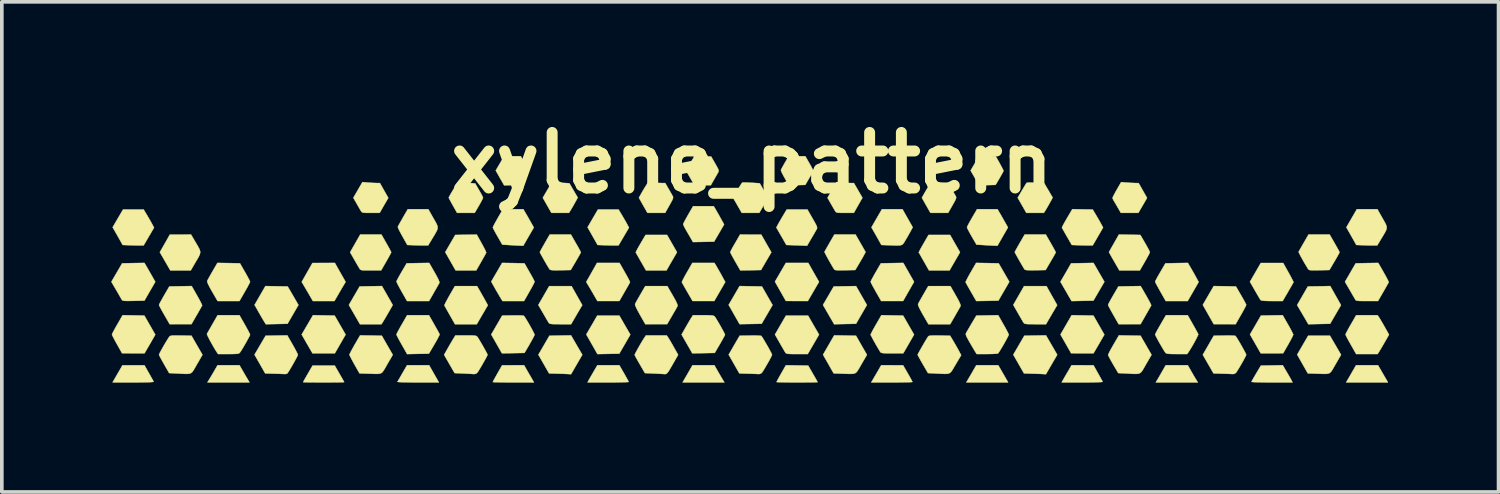
<source format=kicad_pcb>
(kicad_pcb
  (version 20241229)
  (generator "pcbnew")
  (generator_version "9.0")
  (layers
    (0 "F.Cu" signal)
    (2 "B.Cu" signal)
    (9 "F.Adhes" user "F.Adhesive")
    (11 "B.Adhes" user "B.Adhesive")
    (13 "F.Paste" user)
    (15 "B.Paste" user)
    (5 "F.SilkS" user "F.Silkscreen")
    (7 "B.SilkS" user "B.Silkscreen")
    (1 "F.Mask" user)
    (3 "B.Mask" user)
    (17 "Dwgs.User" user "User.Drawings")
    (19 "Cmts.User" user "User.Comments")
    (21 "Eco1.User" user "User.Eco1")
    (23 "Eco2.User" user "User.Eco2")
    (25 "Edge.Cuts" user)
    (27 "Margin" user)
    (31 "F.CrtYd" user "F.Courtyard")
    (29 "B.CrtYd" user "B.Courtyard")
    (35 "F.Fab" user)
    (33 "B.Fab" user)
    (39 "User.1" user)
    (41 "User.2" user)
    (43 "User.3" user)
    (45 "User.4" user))
  (footprint "xylene_pattern"
    (layer "F.Cu")
    (at 17.576 1.418)
    (property "Reference" "xylene_pattern" (at 0 0 0) (layer "F.SilkS") (effects (font (size 1.524 1.524) (thickness 0.3))))
    (attr through_hole)
    (fp_poly (pts (xy -3.486 4.45) (xy -3.335 4.711) (xy -3.486 4.973) (xy -3.638 5.234) (xy -4.237 5.245) (xy -4.543 4.707) (xy -4.242 4.189) (xy -3.636 4.189) (xy -3.486 4.45)) (stroke (width 0.01) (type solid)) (fill yes) (layer "F.SilkS"))
    (fp_poly (pts (xy -0.921 5.741) (xy -0.872 5.824) (xy -0.829 5.899) (xy -0.796 5.954) (xy -0.783 5.976) (xy -0.753 6.022) (xy -1.901 6.022) (xy -1.765 5.787) (xy -1.629 5.551) (xy -1.029 5.551) (xy -0.921 5.741)) (stroke (width 0.01) (type solid)) (fill yes) (layer "F.SilkS"))
    (fp_poly (pts (xy 6.844 5.7) (xy 6.892 5.783) (xy 6.939 5.864) (xy 6.976 5.929) (xy 6.98 5.935) (xy 7.03 6.022) (xy 5.882 6.022) (xy 6.019 5.787) (xy 6.155 5.551) (xy 6.758 5.551) (xy 6.844 5.7)) (stroke (width 0.01) (type solid)) (fill yes) (layer "F.SilkS"))
    (fp_poly (pts (xy 17.313 5.787) (xy 17.449 6.022) (xy 16.301 6.022) (xy 16.351 5.935) (xy 16.387 5.874) (xy 16.433 5.794) (xy 16.481 5.71) (xy 16.487 5.7) (xy 16.573 5.551) (xy 17.176 5.551) (xy 17.313 5.787)) (stroke (width 0.01) (type solid)) (fill yes) (layer "F.SilkS"))
    (fp_poly (pts (xy -11.743 4.183) (xy -11.446 4.189) (xy -11.295 4.45) (xy -11.145 4.711) (xy -11.293 4.967) (xy -11.44 5.223) (xy -12.055 5.223) (xy -12.203 4.966) (xy -12.351 4.709) (xy -12.195 4.443) (xy -12.04 4.178) (xy -11.743 4.183)) (stroke (width 0.01) (type solid)) (fill yes) (layer "F.SilkS"))
    (fp_poly (pts (xy 0.275 3.39) (xy 0.421 3.645) (xy 0.567 3.9) (xy 0.417 4.157) (xy 0.268 4.414) (xy -0.035 4.419) (xy -0.338 4.424) (xy -0.488 4.16) (xy -0.638 3.896) (xy -0.488 3.638) (xy -0.338 3.379) (xy 0.275 3.39)) (stroke (width 0.01) (type solid)) (fill yes) (layer "F.SilkS"))
    (fp_poly (pts (xy 9.369 4.189) (xy 9.519 4.45) (xy 9.669 4.712) (xy 9.521 4.968) (xy 9.372 5.223) (xy 9.065 5.223) (xy 8.757 5.222) (xy 8.611 4.966) (xy 8.465 4.709) (xy 8.618 4.443) (xy 8.772 4.178) (xy 9.369 4.189)) (stroke (width 0.01) (type solid)) (fill yes) (layer "F.SilkS"))
    (fp_poly (pts (xy -13.039 3.385) (xy -12.734 3.39) (xy -12.586 3.644) (xy -12.439 3.898) (xy -12.738 4.414) (xy -13.334 4.426) (xy -13.382 4.348) (xy -13.413 4.297) (xy -13.457 4.222) (xy -13.507 4.135) (xy -13.536 4.084) (xy -13.643 3.896) (xy -13.345 3.379) (xy -13.039 3.385)) (stroke (width 0.01) (type solid)) (fill yes) (layer "F.SilkS"))
    (fp_poly (pts (xy -4.807 4.998) (xy -4.652 5.264) (xy -4.961 5.797) (xy -5.036 5.793) (xy -5.088 5.79) (xy -5.168 5.787) (xy -5.264 5.784) (xy -5.337 5.782) (xy -5.564 5.775) (xy -5.711 5.518) (xy -5.857 5.262) (xy -5.555 4.742) (xy -4.962 4.731) (xy -4.807 4.998)) (stroke (width 0.01) (type solid)) (fill yes) (layer "F.SilkS"))
    (fp_poly (pts (xy -13.964 5.71) (xy -13.916 5.793) (xy -13.87 5.872) (xy -13.834 5.933) (xy -13.827 5.945) (xy -13.782 6.022) (xy -14.937 6.022) (xy -14.908 5.976) (xy -14.885 5.939) (xy -14.848 5.877) (xy -14.802 5.799) (xy -14.768 5.741) (xy -14.658 5.551) (xy -14.056 5.551) (xy -13.964 5.71)) (stroke (width 0.01) (type solid)) (fill yes) (layer "F.SilkS"))
    (fp_poly (pts (xy 12.066 5.741) (xy 12.114 5.824) (xy 12.158 5.899) (xy 12.191 5.954) (xy 12.204 5.976) (xy 12.234 6.022) (xy 11.078 6.022) (xy 11.119 5.956) (xy 11.147 5.908) (xy 11.188 5.837) (xy 11.235 5.755) (xy 11.255 5.72) (xy 11.352 5.551) (xy 11.957 5.551) (xy 12.066 5.741)) (stroke (width 0.01) (type solid)) (fill yes) (layer "F.SilkS"))
    (fp_poly (pts (xy 1.239 2.745) (xy 1.547 2.745) (xy 1.694 3.005) (xy 1.842 3.265) (xy 1.804 3.328) (xy 1.779 3.371) (xy 1.739 3.439) (xy 1.69 3.523) (xy 1.651 3.59) (xy 1.535 3.79) (xy 1.233 3.789) (xy 0.932 3.788) (xy 0.782 3.524) (xy 0.632 3.259) (xy 0.931 2.745) (xy 1.239 2.745)) (stroke (width 0.01) (type solid)) (fill yes) (layer "F.SilkS"))
    (fp_poly (pts (xy 8.222 4.997) (xy 8.376 5.264) (xy 8.221 5.53) (xy 8.066 5.797) (xy 7.992 5.793) (xy 7.94 5.79) (xy 7.86 5.787) (xy 7.763 5.784) (xy 7.691 5.782) (xy 7.464 5.775) (xy 7.317 5.518) (xy 7.17 5.262) (xy 7.473 4.742) (xy 7.77 4.736) (xy 8.067 4.731) (xy 8.222 4.997)) (stroke (width 0.01) (type solid)) (fill yes) (layer "F.SilkS"))
    (fp_poly (pts (xy 9.52 3.003) (xy 9.67 3.262) (xy 9.369 3.779) (xy 9.069 3.785) (xy 8.77 3.791) (xy 8.683 3.642) (xy 8.632 3.553) (xy 8.578 3.46) (xy 8.533 3.382) (xy 8.531 3.377) (xy 8.464 3.262) (xy 8.611 3.009) (xy 8.757 2.755) (xy 9.064 2.75) (xy 9.371 2.744) (xy 9.52 3.003)) (stroke (width 0.01) (type solid)) (fill yes) (layer "F.SilkS"))
    (fp_poly (pts (xy 3.006 3.639) (xy 3.155 3.899) (xy 3.006 4.156) (xy 2.857 4.414) (xy 2.556 4.42) (xy 2.256 4.426) (xy 2.17 4.277) (xy 2.118 4.188) (xy 2.064 4.095) (xy 2.019 4.016) (xy 2.017 4.012) (xy 1.95 3.897) (xy 2.098 3.644) (xy 2.245 3.39) (xy 2.551 3.385) (xy 2.857 3.38) (xy 3.006 3.639)) (stroke (width 0.01) (type solid)) (fill yes) (layer "F.SilkS"))
    (fp_poly (pts (xy -16.603 1.417) (xy -16.552 1.503) (xy -16.5 1.593) (xy -16.46 1.665) (xy -16.4 1.776) (xy -16.685 2.263) (xy -16.777 2.265) (xy -16.839 2.265) (xy -16.927 2.263) (xy -17.025 2.26) (xy -17.065 2.259) (xy -17.261 2.252) (xy -17.398 2.009) (xy -17.536 1.767) (xy -17.394 1.523) (xy -17.251 1.28) (xy -16.685 1.28) (xy -16.603 1.417)) (stroke (width 0.01) (type solid)) (fill yes) (layer "F.SilkS"))
    (fp_poly (pts (xy -11.293 3.005) (xy -11.145 3.265) (xy -11.182 3.328) (xy -11.208 3.371) (xy -11.248 3.439) (xy -11.297 3.523) (xy -11.336 3.59) (xy -11.452 3.79) (xy -12.043 3.79) (xy -12.159 3.59) (xy -12.21 3.502) (xy -12.258 3.422) (xy -12.295 3.358) (xy -12.313 3.328) (xy -12.35 3.265) (xy -12.055 2.746) (xy -11.44 2.745) (xy -11.293 3.005)) (stroke (width 0.01) (type solid)) (fill yes) (layer "F.SilkS"))
    (fp_poly (pts (xy -8.72 5.787) (xy -8.586 6.022) (xy -9.159 6.022) (xy -9.307 6.022) (xy -9.44 6.02) (xy -9.553 6.018) (xy -9.642 6.015) (xy -9.7 6.011) (xy -9.724 6.008) (xy -9.724 6.007) (xy -9.711 5.984) (xy -9.681 5.933) (xy -9.64 5.862) (xy -9.591 5.777) (xy -9.588 5.771) (xy -9.46 5.551) (xy -8.854 5.551) (xy -8.72 5.787)) (stroke (width 0.01) (type solid)) (fill yes) (layer "F.SilkS"))
    (fp_poly (pts (xy -6.568 -0.184) (xy -6.34 -0.183) (xy -6.232 0.009) (xy -6.188 0.089) (xy -6.153 0.156) (xy -6.131 0.202) (xy -6.125 0.218) (xy -6.135 0.242) (xy -6.162 0.293) (xy -6.201 0.362) (xy -6.234 0.42) (xy -6.343 0.604) (xy -6.569 0.61) (xy -6.796 0.616) (xy -6.912 0.413) (xy -7.027 0.21) (xy -6.797 -0.184) (xy -6.568 -0.184)) (stroke (width 0.01) (type solid)) (fill yes) (layer "F.SilkS"))
    (fp_poly (pts (xy -3.575 1.417) (xy -3.524 1.503) (xy -3.472 1.593) (xy -3.432 1.665) (xy -3.372 1.776) (xy -3.658 2.263) (xy -3.749 2.265) (xy -3.811 2.265) (xy -3.899 2.263) (xy -3.998 2.26) (xy -4.037 2.259) (xy -4.233 2.252) (xy -4.371 2.009) (xy -4.508 1.767) (xy -4.366 1.523) (xy -4.224 1.28) (xy -3.657 1.28) (xy -3.575 1.417)) (stroke (width 0.01) (type solid)) (fill yes) (layer "F.SilkS"))
    (fp_poly (pts (xy 5.709 2.452) (xy 5.566 2.701) (xy 5.422 2.95) (xy 4.858 2.95) (xy 4.721 2.709) (xy 4.67 2.62) (xy 4.627 2.544) (xy 4.595 2.489) (xy 4.579 2.46) (xy 4.577 2.458) (xy 4.585 2.438) (xy 4.61 2.389) (xy 4.648 2.318) (xy 4.697 2.233) (xy 4.709 2.212) (xy 4.845 1.977) (xy 5.437 1.977) (xy 5.709 2.452)) (stroke (width 0.01) (type solid)) (fill yes) (layer "F.SilkS"))
    (fp_poly (pts (xy 6.459 -0.184) (xy 6.688 -0.183) (xy 6.796 0.009) (xy 6.839 0.089) (xy 6.875 0.156) (xy 6.897 0.202) (xy 6.903 0.218) (xy 6.893 0.242) (xy 6.866 0.293) (xy 6.827 0.362) (xy 6.794 0.42) (xy 6.685 0.604) (xy 6.459 0.61) (xy 6.232 0.616) (xy 6.116 0.413) (xy 6 0.21) (xy 6.231 -0.184) (xy 6.459 -0.184)) (stroke (width 0.01) (type solid)) (fill yes) (layer "F.SilkS"))
    (fp_poly (pts (xy 16.01 5.003) (xy 16.162 5.264) (xy 16.01 5.526) (xy 15.957 5.619) (xy 15.916 5.689) (xy 15.881 5.737) (xy 15.845 5.767) (xy 15.799 5.783) (xy 15.737 5.789) (xy 15.651 5.788) (xy 15.534 5.784) (xy 15.486 5.782) (xy 15.25 5.775) (xy 14.958 5.26) (xy 15.108 5.001) (xy 15.259 4.742) (xy 15.858 4.742) (xy 16.01 5.003)) (stroke (width 0.01) (type solid)) (fill yes) (layer "F.SilkS"))
    (fp_poly (pts (xy -10 3.639) (xy -9.852 3.899) (xy -9.958 4.085) (xy -10.009 4.172) (xy -10.057 4.255) (xy -10.097 4.322) (xy -10.113 4.348) (xy -10.161 4.425) (xy -10.752 4.425) (xy -10.838 4.276) (xy -10.889 4.187) (xy -10.943 4.094) (xy -10.988 4.017) (xy -10.99 4.013) (xy -11.056 3.898) (xy -10.761 3.39) (xy -10.455 3.384) (xy -10.149 3.379) (xy -10 3.639)) (stroke (width 0.01) (type solid)) (fill yes) (layer "F.SilkS"))
    (fp_poly (pts (xy -2.191 2.214) (xy -2.055 2.451) (xy -2.199 2.7) (xy -2.343 2.95) (xy -2.905 2.95) (xy -3.043 2.709) (xy -3.094 2.62) (xy -3.137 2.544) (xy -3.169 2.488) (xy -3.185 2.459) (xy -3.187 2.457) (xy -3.179 2.436) (xy -3.154 2.387) (xy -3.116 2.317) (xy -3.067 2.232) (xy -3.055 2.211) (xy -2.917 1.977) (xy -2.327 1.977) (xy -2.191 2.214)) (stroke (width 0.01) (type solid)) (fill yes) (layer "F.SilkS"))
    (fp_poly (pts (xy 2.557 4.736) (xy 2.856 4.742) (xy 3.006 5.004) (xy 3.156 5.265) (xy 3.004 5.526) (xy 2.95 5.62) (xy 2.909 5.689) (xy 2.874 5.737) (xy 2.838 5.767) (xy 2.792 5.783) (xy 2.73 5.789) (xy 2.644 5.788) (xy 2.527 5.784) (xy 2.479 5.782) (xy 2.243 5.775) (xy 2.097 5.518) (xy 1.951 5.262) (xy 2.258 4.731) (xy 2.557 4.736)) (stroke (width 0.01) (type solid)) (fill yes) (layer "F.SilkS"))
    (fp_poly (pts (xy -16.964 4.183) (xy -16.666 4.189) (xy -16.516 4.45) (xy -16.366 4.712) (xy -16.513 4.968) (xy -16.661 5.223) (xy -17.278 5.222) (xy -17.416 4.977) (xy -17.467 4.886) (xy -17.509 4.806) (xy -17.539 4.746) (xy -17.554 4.712) (xy -17.555 4.708) (xy -17.545 4.683) (xy -17.518 4.629) (xy -17.478 4.554) (xy -17.428 4.465) (xy -17.408 4.431) (xy -17.262 4.178) (xy -16.964 4.183)) (stroke (width 0.01) (type solid)) (fill yes) (layer "F.SilkS"))
    (fp_poly (pts (xy -7.415 2.205) (xy -7.366 2.295) (xy -7.326 2.372) (xy -7.299 2.43) (xy -7.288 2.46) (xy -7.288 2.463) (xy -7.3 2.487) (xy -7.328 2.539) (xy -7.369 2.612) (xy -7.418 2.699) (xy -7.428 2.716) (xy -7.562 2.95) (xy -8.127 2.95) (xy -8.27 2.699) (xy -8.412 2.449) (xy -8.275 2.213) (xy -8.138 1.977) (xy -7.843 1.972) (xy -7.548 1.967) (xy -7.415 2.205)) (stroke (width 0.01) (type solid)) (fill yes) (layer "F.SilkS"))
    (fp_poly (pts (xy -0.034 1.967) (xy 0.256 1.967) (xy 0.395 2.21) (xy 0.534 2.453) (xy 0.25 2.939) (xy -0.034 2.945) (xy -0.318 2.95) (xy -0.456 2.709) (xy -0.506 2.619) (xy -0.549 2.542) (xy -0.579 2.483) (xy -0.593 2.452) (xy -0.594 2.449) (xy -0.584 2.425) (xy -0.558 2.373) (xy -0.518 2.301) (xy -0.469 2.215) (xy -0.459 2.199) (xy -0.325 1.966) (xy -0.034 1.967)) (stroke (width 0.01) (type solid)) (fill yes) (layer "F.SilkS"))
    (fp_poly (pts (xy 12.973 3.384) (xy 13.278 3.39) (xy 13.419 3.632) (xy 13.471 3.722) (xy 13.514 3.8) (xy 13.545 3.859) (xy 13.56 3.892) (xy 13.56 3.896) (xy 13.551 3.921) (xy 13.524 3.974) (xy 13.484 4.049) (xy 13.435 4.138) (xy 13.415 4.171) (xy 13.27 4.425) (xy 12.97 4.424) (xy 12.669 4.424) (xy 12.369 3.895) (xy 12.519 3.637) (xy 12.669 3.379) (xy 12.973 3.384)) (stroke (width 0.01) (type solid)) (fill yes) (layer "F.SilkS"))
    (fp_poly (pts (xy 14.706 4.432) (xy 14.758 4.524) (xy 14.802 4.606) (xy 14.833 4.669) (xy 14.85 4.706) (xy 14.851 4.711) (xy 14.841 4.738) (xy 14.815 4.793) (xy 14.775 4.868) (xy 14.726 4.957) (xy 14.713 4.98) (xy 14.574 5.222) (xy 14.266 5.223) (xy 13.958 5.223) (xy 13.663 4.707) (xy 13.814 4.448) (xy 13.964 4.189) (xy 14.262 4.183) (xy 14.56 4.178) (xy 14.706 4.432)) (stroke (width 0.01) (type solid)) (fill yes) (layer "F.SilkS"))
    (fp_poly (pts (xy -15.268 2.166) (xy -15.206 2.271) (xy -15.164 2.348) (xy -15.139 2.408) (xy -15.133 2.459) (xy -15.145 2.511) (xy -15.174 2.574) (xy -15.221 2.656) (xy -15.253 2.709) (xy -15.393 2.95) (xy -15.954 2.95) (xy -16.098 2.7) (xy -16.242 2.451) (xy -16.171 2.327) (xy -16.121 2.239) (xy -16.067 2.145) (xy -16.033 2.084) (xy -15.967 1.967) (xy -15.676 1.967) (xy -15.386 1.966) (xy -15.268 2.166)) (stroke (width 0.01) (type solid)) (fill yes) (layer "F.SilkS"))
    (fp_poly (pts (xy -7.459 3.518) (xy -7.408 3.608) (xy -7.353 3.705) (xy -7.311 3.781) (xy -7.243 3.905) (xy -7.547 4.425) (xy -8.145 4.425) (xy -8.287 4.175) (xy -8.339 4.084) (xy -8.383 4.005) (xy -8.416 3.946) (xy -8.434 3.913) (xy -8.436 3.909) (xy -8.428 3.887) (xy -8.404 3.835) (xy -8.365 3.762) (xy -8.316 3.674) (xy -8.295 3.636) (xy -8.147 3.38) (xy -7.54 3.38) (xy -7.459 3.518)) (stroke (width 0.01) (type solid)) (fill yes) (layer "F.SilkS"))
    (fp_poly (pts (xy 6.46 2.749) (xy 6.769 2.755) (xy 6.916 3.009) (xy 7.062 3.262) (xy 6.912 3.521) (xy 6.762 3.779) (xy 6.459 3.785) (xy 6.155 3.79) (xy 6.012 3.541) (xy 5.96 3.45) (xy 5.915 3.371) (xy 5.882 3.311) (xy 5.864 3.278) (xy 5.862 3.274) (xy 5.869 3.251) (xy 5.894 3.2) (xy 5.932 3.127) (xy 5.981 3.038) (xy 6.003 3) (xy 6.151 2.744) (xy 6.46 2.749)) (stroke (width 0.01) (type solid)) (fill yes) (layer "F.SilkS"))
    (fp_poly (pts (xy 15.949 3.528) (xy 15.999 3.617) (xy 16.051 3.709) (xy 16.095 3.786) (xy 16.097 3.79) (xy 16.16 3.903) (xy 16.011 4.158) (xy 15.862 4.414) (xy 15.563 4.42) (xy 15.264 4.426) (xy 15.147 4.225) (xy 15.096 4.138) (xy 15.048 4.057) (xy 15.011 3.994) (xy 14.993 3.963) (xy 14.956 3.901) (xy 15.103 3.646) (xy 15.251 3.39) (xy 15.558 3.385) (xy 15.865 3.379) (xy 15.949 3.528)) (stroke (width 0.01) (type solid)) (fill yes) (layer "F.SilkS"))
    (fp_poly (pts (xy -16.965 5.552) (xy -16.664 5.552) (xy -16.541 5.768) (xy -16.493 5.853) (xy -16.452 5.926) (xy -16.423 5.978) (xy -16.411 6.003) (xy -16.411 6.003) (xy -16.429 6.009) (xy -16.485 6.014) (xy -16.575 6.018) (xy -16.698 6.02) (xy -16.85 6.022) (xy -16.971 6.022) (xy -17.538 6.022) (xy -17.488 5.935) (xy -17.453 5.874) (xy -17.407 5.794) (xy -17.358 5.71) (xy -17.352 5.7) (xy -17.266 5.551) (xy -16.965 5.552)) (stroke (width 0.01) (type solid)) (fill yes) (layer "F.SilkS"))
    (fp_poly (pts (xy -16.514 3.003) (xy -16.366 3.263) (xy -16.664 3.779) (xy -16.965 3.785) (xy -17.082 3.787) (xy -17.165 3.787) (xy -17.22 3.784) (xy -17.254 3.778) (xy -17.274 3.768) (xy -17.286 3.754) (xy -17.288 3.748) (xy -17.307 3.715) (xy -17.342 3.655) (xy -17.387 3.576) (xy -17.439 3.487) (xy -17.441 3.484) (xy -17.571 3.262) (xy -17.423 3.009) (xy -17.276 2.755) (xy -16.969 2.749) (xy -16.663 2.744) (xy -16.514 3.003)) (stroke (width 0.01) (type solid)) (fill yes) (layer "F.SilkS"))
    (fp_poly (pts (xy -5.328 0.542) (xy -5.242 0.545) (xy -5.007 0.559) (xy -4.892 0.756) (xy -4.777 0.953) (xy -4.85 1.086) (xy -4.894 1.165) (xy -4.938 1.241) (xy -4.971 1.296) (xy -5.019 1.372) (xy -5.259 1.372) (xy -5.5 1.371) (xy -5.618 1.164) (xy -5.736 0.957) (xy -5.621 0.76) (xy -5.574 0.68) (xy -5.533 0.612) (xy -5.504 0.565) (xy -5.492 0.548) (xy -5.466 0.543) (xy -5.409 0.54) (xy -5.328 0.542)) (stroke (width 0.01) (type solid)) (fill yes) (layer "F.SilkS"))
    (fp_poly (pts (xy 1.691 4.45) (xy 1.842 4.711) (xy 1.687 4.978) (xy 1.532 5.244) (xy 1.238 5.244) (xy 1.122 5.244) (xy 1.041 5.242) (xy 0.986 5.238) (xy 0.952 5.231) (xy 0.932 5.22) (xy 0.918 5.204) (xy 0.914 5.198) (xy 0.893 5.162) (xy 0.857 5.1) (xy 0.81 5.02) (xy 0.759 4.93) (xy 0.759 4.93) (xy 0.632 4.709) (xy 0.783 4.449) (xy 0.934 4.189) (xy 1.541 4.189) (xy 1.691 4.45)) (stroke (width 0.01) (type solid)) (fill yes) (layer "F.SilkS"))
    (fp_poly (pts (xy 7.699 0.542) (xy 7.786 0.545) (xy 8.02 0.559) (xy 8.136 0.756) (xy 8.251 0.953) (xy 8.178 1.086) (xy 8.134 1.165) (xy 8.09 1.241) (xy 8.057 1.296) (xy 8.009 1.372) (xy 7.768 1.372) (xy 7.528 1.371) (xy 7.41 1.164) (xy 7.291 0.957) (xy 7.406 0.76) (xy 7.454 0.68) (xy 7.495 0.612) (xy 7.524 0.565) (xy 7.536 0.548) (xy 7.561 0.543) (xy 7.619 0.54) (xy 7.699 0.542)) (stroke (width 0.01) (type solid)) (fill yes) (layer "F.SilkS"))
    (fp_poly (pts (xy -6.546 2.749) (xy -6.239 2.755) (xy -6.1 2.998) (xy -6.049 3.088) (xy -6.006 3.166) (xy -5.976 3.225) (xy -5.962 3.258) (xy -5.961 3.262) (xy -5.971 3.286) (xy -5.997 3.339) (xy -6.037 3.414) (xy -6.087 3.502) (xy -6.106 3.536) (xy -6.251 3.79) (xy -6.841 3.79) (xy -6.889 3.713) (xy -6.92 3.662) (xy -6.963 3.587) (xy -7.014 3.5) (xy -7.044 3.447) (xy -7.151 3.258) (xy -6.852 2.744) (xy -6.546 2.749)) (stroke (width 0.01) (type solid)) (fill yes) (layer "F.SilkS"))
    (fp_poly (pts (xy -6.164 5.7) (xy -6.116 5.783) (xy -6.068 5.864) (xy -6.031 5.929) (xy -6.028 5.935) (xy -5.977 6.022) (xy -6.543 6.022) (xy -6.69 6.022) (xy -6.823 6.021) (xy -6.937 6.019) (xy -7.025 6.017) (xy -7.084 6.015) (xy -7.108 6.012) (xy -7.108 6.012) (xy -7.098 5.991) (xy -7.072 5.941) (xy -7.033 5.871) (xy -6.986 5.786) (xy -6.98 5.776) (xy -6.852 5.552) (xy -6.551 5.551) (xy -6.249 5.551) (xy -6.164 5.7)) (stroke (width 0.01) (type solid)) (fill yes) (layer "F.SilkS"))
    (fp_poly (pts (xy -3.937 5.551) (xy -3.636 5.551) (xy -3.508 5.773) (xy -3.459 5.859) (xy -3.419 5.931) (xy -3.391 5.983) (xy -3.38 6.008) (xy -3.38 6.009) (xy -3.399 6.012) (xy -3.455 6.015) (xy -3.541 6.018) (xy -3.652 6.02) (xy -3.783 6.022) (xy -3.929 6.022) (xy -3.944 6.022) (xy -4.508 6.022) (xy -4.475 5.959) (xy -4.45 5.913) (xy -4.41 5.844) (xy -4.363 5.763) (xy -4.34 5.723) (xy -4.239 5.551) (xy -3.937 5.551)) (stroke (width 0.01) (type solid)) (fill yes) (layer "F.SilkS"))
    (fp_poly (pts (xy -0.945 2.883) (xy -0.894 2.972) (xy -0.839 3.069) (xy -0.798 3.145) (xy -0.73 3.268) (xy -0.881 3.529) (xy -1.032 3.79) (xy -1.33 3.789) (xy -1.628 3.789) (xy -1.772 3.54) (xy -1.824 3.449) (xy -1.869 3.37) (xy -1.902 3.311) (xy -1.92 3.278) (xy -1.922 3.274) (xy -1.915 3.251) (xy -1.89 3.2) (xy -1.852 3.127) (xy -1.803 3.038) (xy -1.781 3.001) (xy -1.634 2.745) (xy -1.026 2.745) (xy -0.945 2.883)) (stroke (width 0.01) (type solid)) (fill yes) (layer "F.SilkS"))
    (fp_poly (pts (xy 3.848 5.551) (xy 4.148 5.552) (xy 4.276 5.774) (xy 4.325 5.86) (xy 4.365 5.932) (xy 4.393 5.984) (xy 4.404 6.009) (xy 4.404 6.009) (xy 4.384 6.013) (xy 4.329 6.016) (xy 4.243 6.018) (xy 4.132 6.02) (xy 4.001 6.022) (xy 3.855 6.022) (xy 3.839 6.022) (xy 3.273 6.022) (xy 3.319 5.945) (xy 3.35 5.891) (xy 3.394 5.816) (xy 3.442 5.733) (xy 3.456 5.71) (xy 3.547 5.551) (xy 3.848 5.551)) (stroke (width 0.01) (type solid)) (fill yes) (layer "F.SilkS"))
    (fp_poly (pts (xy 4.412 1.767) (xy 4.351 1.879) (xy 4.309 1.955) (xy 4.257 2.046) (xy 4.209 2.127) (xy 4.179 2.178) (xy 4.153 2.216) (xy 4.127 2.241) (xy 4.092 2.257) (xy 4.043 2.265) (xy 3.972 2.266) (xy 3.873 2.264) (xy 3.748 2.259) (xy 3.552 2.252) (xy 3.487 2.135) (xy 3.44 2.051) (xy 3.386 1.956) (xy 3.35 1.893) (xy 3.279 1.769) (xy 3.423 1.519) (xy 3.567 1.27) (xy 4.13 1.27) (xy 4.412 1.767)) (stroke (width 0.01) (type solid)) (fill yes) (layer "F.SilkS"))
    (fp_poly (pts (xy 9.07 5.551) (xy 9.371 5.552) (xy 9.494 5.771) (xy 9.542 5.856) (xy 9.582 5.929) (xy 9.611 5.981) (xy 9.624 6.006) (xy 9.624 6.006) (xy 9.606 6.01) (xy 9.553 6.014) (xy 9.468 6.017) (xy 9.358 6.02) (xy 9.228 6.022) (xy 9.082 6.022) (xy 9.065 6.022) (xy 8.499 6.022) (xy 8.523 5.976) (xy 8.544 5.94) (xy 8.579 5.877) (xy 8.624 5.8) (xy 8.659 5.741) (xy 8.769 5.551) (xy 9.07 5.551)) (stroke (width 0.01) (type solid)) (fill yes) (layer "F.SilkS"))
    (fp_poly (pts (xy 10.281 0.54) (xy 10.371 0.547) (xy 10.458 0.551) (xy 10.52 0.553) (xy 10.608 0.553) (xy 10.724 0.757) (xy 10.84 0.962) (xy 10.721 1.167) (xy 10.601 1.372) (xy 10.121 1.372) (xy 10.036 1.224) (xy 9.992 1.149) (xy 9.953 1.082) (xy 9.926 1.037) (xy 9.922 1.03) (xy 9.9 0.987) (xy 9.894 0.96) (xy 9.903 0.934) (xy 9.93 0.88) (xy 9.969 0.807) (xy 10.011 0.732) (xy 10.129 0.528) (xy 10.281 0.54)) (stroke (width 0.01) (type solid)) (fill yes) (layer "F.SilkS"))
    (fp_poly (pts (xy 10.362 1.971) (xy 10.656 1.977) (xy 10.787 2.202) (xy 10.836 2.289) (xy 10.877 2.364) (xy 10.905 2.42) (xy 10.917 2.449) (xy 10.917 2.45) (xy 10.908 2.475) (xy 10.881 2.528) (xy 10.841 2.602) (xy 10.792 2.69) (xy 10.78 2.711) (xy 10.642 2.95) (xy 10.08 2.95) (xy 10 2.811) (xy 9.95 2.724) (xy 9.897 2.633) (xy 9.856 2.56) (xy 9.794 2.448) (xy 9.931 2.207) (xy 10.068 1.966) (xy 10.362 1.971)) (stroke (width 0.01) (type solid)) (fill yes) (layer "F.SilkS"))
    (fp_poly (pts (xy 12.041 2.883) (xy 12.093 2.972) (xy 12.147 3.068) (xy 12.189 3.145) (xy 12.256 3.268) (xy 12.106 3.529) (xy 11.955 3.79) (xy 11.353 3.79) (xy 11.207 3.534) (xy 11.155 3.441) (xy 11.111 3.36) (xy 11.079 3.299) (xy 11.063 3.263) (xy 11.061 3.258) (xy 11.071 3.234) (xy 11.098 3.182) (xy 11.138 3.109) (xy 11.188 3.022) (xy 11.203 2.997) (xy 11.344 2.755) (xy 11.652 2.749) (xy 11.96 2.744) (xy 12.041 2.883)) (stroke (width 0.01) (type solid)) (fill yes) (layer "F.SilkS"))
    (fp_poly (pts (xy 14.664 5.723) (xy 14.712 5.805) (xy 14.756 5.881) (xy 14.789 5.94) (xy 14.799 5.959) (xy 14.831 6.022) (xy 14.268 6.022) (xy 14.12 6.022) (xy 13.988 6.02) (xy 13.875 6.018) (xy 13.786 6.015) (xy 13.728 6.011) (xy 13.705 6.007) (xy 13.705 6.007) (xy 13.715 5.984) (xy 13.742 5.934) (xy 13.783 5.863) (xy 13.832 5.78) (xy 13.834 5.776) (xy 13.962 5.561) (xy 14.262 5.556) (xy 14.562 5.55) (xy 14.664 5.723)) (stroke (width 0.01) (type solid)) (fill yes) (layer "F.SilkS"))
    (fp_poly (pts (xy -10.532 0.54) (xy -10.442 0.547) (xy -10.355 0.551) (xy -10.292 0.553) (xy -10.205 0.553) (xy -10.09 0.757) (xy -9.974 0.961) (xy -10.093 1.166) (xy -10.211 1.372) (xy -10.451 1.372) (xy -10.554 1.372) (xy -10.624 1.37) (xy -10.669 1.364) (xy -10.695 1.354) (xy -10.712 1.339) (xy -10.72 1.326) (xy -10.744 1.288) (xy -10.78 1.225) (xy -10.824 1.149) (xy -10.841 1.119) (xy -10.933 0.958) (xy -10.809 0.743) (xy -10.684 0.527) (xy -10.532 0.54)) (stroke (width 0.01) (type solid)) (fill yes) (layer "F.SilkS"))
    (fp_poly (pts (xy -0.101 0.541) (xy -0.017 0.545) (xy 0.216 0.559) (xy 0.323 0.749) (xy 0.367 0.829) (xy 0.402 0.897) (xy 0.425 0.945) (xy 0.43 0.962) (xy 0.42 0.988) (xy 0.394 1.041) (xy 0.354 1.113) (xy 0.316 1.179) (xy 0.202 1.372) (xy -0.278 1.372) (xy -0.396 1.166) (xy -0.515 0.96) (xy -0.398 0.756) (xy -0.351 0.674) (xy -0.31 0.606) (xy -0.279 0.56) (xy -0.266 0.542) (xy -0.24 0.539) (xy -0.182 0.539) (xy -0.101 0.541)) (stroke (width 0.01) (type solid)) (fill yes) (layer "F.SilkS"))
    (fp_poly (pts (xy 1.237 -0.184) (xy 1.465 -0.184) (xy 1.572 0.002) (xy 1.617 0.081) (xy 1.652 0.149) (xy 1.675 0.196) (xy 1.68 0.212) (xy 1.67 0.239) (xy 1.643 0.293) (xy 1.604 0.365) (xy 1.572 0.421) (xy 1.464 0.604) (xy 1.012 0.616) (xy 0.901 0.418) (xy 0.856 0.336) (xy 0.821 0.266) (xy 0.8 0.217) (xy 0.795 0.197) (xy 0.808 0.17) (xy 0.836 0.117) (xy 0.876 0.046) (xy 0.905 -0.005) (xy 1.009 -0.184) (xy 1.237 -0.184)) (stroke (width 0.01) (type solid)) (fill yes) (layer "F.SilkS"))
    (fp_poly (pts (xy 2.475 0.54) (xy 2.564 0.547) (xy 2.65 0.551) (xy 2.713 0.553) (xy 2.798 0.553) (xy 2.915 0.755) (xy 3.032 0.957) (xy 2.914 1.165) (xy 2.796 1.372) (xy 2.556 1.372) (xy 2.453 1.372) (xy 2.383 1.37) (xy 2.339 1.364) (xy 2.312 1.354) (xy 2.295 1.339) (xy 2.287 1.326) (xy 2.264 1.288) (xy 2.227 1.225) (xy 2.183 1.149) (xy 2.166 1.119) (xy 2.074 0.958) (xy 2.198 0.743) (xy 2.321 0.527) (xy 2.475 0.54)) (stroke (width 0.01) (type solid)) (fill yes) (layer "F.SilkS"))
    (fp_poly (pts (xy -0.966 1.326) (xy -0.916 1.413) (xy -0.864 1.505) (xy -0.824 1.577) (xy -0.762 1.69) (xy -0.899 1.925) (xy -1.037 2.161) (xy -1.327 2.167) (xy -1.616 2.172) (xy -1.702 2.023) (xy -1.75 1.941) (xy -1.796 1.861) (xy -1.832 1.798) (xy -1.836 1.791) (xy -1.865 1.736) (xy -1.882 1.693) (xy -1.885 1.682) (xy -1.875 1.656) (xy -1.848 1.602) (xy -1.808 1.528) (xy -1.759 1.44) (xy -1.749 1.423) (xy -1.613 1.188) (xy -1.046 1.188) (xy -0.966 1.326)) (stroke (width 0.01) (type solid)) (fill yes) (layer "F.SilkS"))
    (fp_poly (pts (xy 4.301 3.004) (xy 4.449 3.264) (xy 4.406 3.337) (xy 4.378 3.387) (xy 4.336 3.46) (xy 4.287 3.546) (xy 4.256 3.6) (xy 4.148 3.789) (xy 3.847 3.789) (xy 3.547 3.79) (xy 3.402 3.536) (xy 3.35 3.444) (xy 3.306 3.363) (xy 3.274 3.302) (xy 3.258 3.266) (xy 3.257 3.261) (xy 3.267 3.236) (xy 3.294 3.183) (xy 3.334 3.109) (xy 3.384 3.021) (xy 3.398 2.997) (xy 3.538 2.755) (xy 3.845 2.749) (xy 4.153 2.744) (xy 4.301 3.004)) (stroke (width 0.01) (type solid)) (fill yes) (layer "F.SilkS"))
    (fp_poly (pts (xy 8.228 3.642) (xy 8.375 3.902) (xy 8.338 3.964) (xy 8.313 4.007) (xy 8.273 4.075) (xy 8.224 4.158) (xy 8.185 4.225) (xy 8.068 4.425) (xy 7.773 4.425) (xy 7.657 4.424) (xy 7.575 4.423) (xy 7.521 4.419) (xy 7.487 4.412) (xy 7.467 4.401) (xy 7.453 4.385) (xy 7.449 4.378) (xy 7.427 4.343) (xy 7.391 4.281) (xy 7.345 4.201) (xy 7.295 4.114) (xy 7.17 3.896) (xy 7.466 3.381) (xy 7.774 3.381) (xy 8.081 3.381) (xy 8.228 3.642)) (stroke (width 0.01) (type solid)) (fill yes) (layer "F.SilkS"))
    (fp_poly (pts (xy 17.297 1.516) (xy 17.352 1.612) (xy 17.39 1.683) (xy 17.411 1.739) (xy 17.415 1.789) (xy 17.401 1.842) (xy 17.369 1.906) (xy 17.319 1.992) (xy 17.272 2.069) (xy 17.155 2.263) (xy 17.063 2.265) (xy 17 2.265) (xy 16.912 2.263) (xy 16.814 2.26) (xy 16.776 2.259) (xy 16.58 2.252) (xy 16.515 2.135) (xy 16.467 2.051) (xy 16.414 1.956) (xy 16.378 1.893) (xy 16.307 1.769) (xy 16.451 1.519) (xy 16.595 1.27) (xy 17.158 1.27) (xy 17.297 1.516)) (stroke (width 0.01) (type solid)) (fill yes) (layer "F.SilkS"))
    (fp_poly (pts (xy -4.8 3.642) (xy -4.653 3.902) (xy -4.69 3.964) (xy -4.715 4.007) (xy -4.755 4.075) (xy -4.804 4.158) (xy -4.843 4.225) (xy -4.959 4.425) (xy -5.255 4.425) (xy -5.371 4.424) (xy -5.452 4.423) (xy -5.507 4.419) (xy -5.541 4.412) (xy -5.561 4.401) (xy -5.575 4.385) (xy -5.579 4.378) (xy -5.6 4.343) (xy -5.637 4.281) (xy -5.683 4.201) (xy -5.733 4.115) (xy -5.859 3.898) (xy -5.71 3.64) (xy -5.561 3.381) (xy -5.254 3.381) (xy -4.947 3.381) (xy -4.8 3.642)) (stroke (width 0.01) (type solid)) (fill yes) (layer "F.SilkS"))
    (fp_poly (pts (xy -2.707 0.54) (xy -2.618 0.547) (xy -2.529 0.552) (xy -2.474 0.553) (xy -2.378 0.553) (xy -2.292 0.702) (xy -2.248 0.778) (xy -2.208 0.847) (xy -2.18 0.897) (xy -2.176 0.904) (xy -2.164 0.928) (xy -2.161 0.953) (xy -2.169 0.986) (xy -2.19 1.033) (xy -2.229 1.104) (xy -2.263 1.165) (xy -2.38 1.372) (xy -2.865 1.372) (xy -2.983 1.165) (xy -3.1 0.957) (xy -3.042 0.853) (xy -2.997 0.773) (xy -2.944 0.685) (xy -2.914 0.637) (xy -2.844 0.527) (xy -2.707 0.54)) (stroke (width 0.01) (type solid)) (fill yes) (layer "F.SilkS"))
    (fp_poly (pts (xy 4.148 4.189) (xy 4.449 4.711) (xy 4.301 4.967) (xy 4.153 5.223) (xy 3.849 5.223) (xy 3.731 5.223) (xy 3.648 5.222) (xy 3.592 5.218) (xy 3.557 5.212) (xy 3.535 5.201) (xy 3.521 5.186) (xy 3.516 5.177) (xy 3.467 5.096) (xy 3.414 5.006) (xy 3.363 4.917) (xy 3.318 4.835) (xy 3.283 4.768) (xy 3.261 4.724) (xy 3.257 4.711) (xy 3.267 4.686) (xy 3.294 4.633) (xy 3.334 4.558) (xy 3.384 4.469) (xy 3.405 4.433) (xy 3.552 4.178) (xy 4.148 4.189)) (stroke (width 0.01) (type solid)) (fill yes) (layer "F.SilkS"))
    (fp_poly (pts (xy 5.056 0.54) (xy 5.145 0.547) (xy 5.235 0.552) (xy 5.289 0.553) (xy 5.385 0.553) (xy 5.471 0.702) (xy 5.515 0.778) (xy 5.555 0.848) (xy 5.584 0.897) (xy 5.588 0.904) (xy 5.6 0.929) (xy 5.604 0.954) (xy 5.596 0.986) (xy 5.575 1.033) (xy 5.537 1.102) (xy 5.501 1.166) (xy 5.383 1.372) (xy 4.898 1.372) (xy 4.78 1.165) (xy 4.663 0.957) (xy 4.721 0.853) (xy 4.767 0.773) (xy 4.82 0.685) (xy 4.849 0.637) (xy 4.919 0.527) (xy 5.056 0.54)) (stroke (width 0.01) (type solid)) (fill yes) (layer "F.SilkS"))
    (fp_poly (pts (xy 5.593 3.637) (xy 5.655 3.748) (xy 5.696 3.829) (xy 5.719 3.884) (xy 5.725 3.919) (xy 5.723 3.931) (xy 5.706 3.962) (xy 5.673 4.02) (xy 5.629 4.097) (xy 5.578 4.186) (xy 5.573 4.196) (xy 5.44 4.425) (xy 4.842 4.425) (xy 4.693 4.167) (xy 4.628 4.051) (xy 4.583 3.961) (xy 4.56 3.901) (xy 4.557 3.875) (xy 4.572 3.845) (xy 4.603 3.788) (xy 4.647 3.711) (xy 4.697 3.622) (xy 4.704 3.611) (xy 4.838 3.38) (xy 5.446 3.38) (xy 5.593 3.637)) (stroke (width 0.01) (type solid)) (fill yes) (layer "F.SilkS"))
    (fp_poly (pts (xy -14.353 2.749) (xy -14.044 2.755) (xy -13.904 2.998) (xy -13.853 3.088) (xy -13.811 3.166) (xy -13.78 3.226) (xy -13.766 3.259) (xy -13.765 3.262) (xy -13.775 3.286) (xy -13.802 3.339) (xy -13.842 3.414) (xy -13.892 3.503) (xy -13.911 3.536) (xy -14.057 3.79) (xy -14.657 3.79) (xy -14.807 3.532) (xy -14.872 3.415) (xy -14.917 3.326) (xy -14.941 3.266) (xy -14.943 3.24) (xy -14.928 3.21) (xy -14.897 3.153) (xy -14.854 3.076) (xy -14.803 2.987) (xy -14.796 2.975) (xy -14.662 2.744) (xy -14.353 2.749)) (stroke (width 0.01) (type solid)) (fill yes) (layer "F.SilkS"))
    (fp_poly (pts (xy -12.599 4.985) (xy -12.547 5.077) (xy -12.503 5.159) (xy -12.472 5.222) (xy -12.455 5.259) (xy -12.454 5.264) (xy -12.464 5.291) (xy -12.491 5.345) (xy -12.53 5.417) (xy -12.576 5.5) (xy -12.625 5.585) (xy -12.671 5.664) (xy -12.711 5.728) (xy -12.74 5.77) (xy -12.75 5.781) (xy -12.785 5.791) (xy -12.833 5.792) (xy -12.879 5.79) (xy -12.954 5.787) (xy -13.047 5.784) (xy -13.123 5.782) (xy -13.351 5.775) (xy -13.644 5.261) (xy -13.492 5.001) (xy -13.34 4.742) (xy -12.745 4.731) (xy -12.599 4.985)) (stroke (width 0.01) (type solid)) (fill yes) (layer "F.SilkS"))
    (fp_poly (pts (xy -6.368 4.184) (xy -6.299 4.188) (xy -6.261 4.192) (xy -6.257 4.194) (xy -6.237 4.219) (xy -6.203 4.271) (xy -6.16 4.342) (xy -6.112 4.424) (xy -6.063 4.51) (xy -6.02 4.59) (xy -5.986 4.656) (xy -5.965 4.701) (xy -5.962 4.714) (xy -5.972 4.741) (xy -5.999 4.796) (xy -6.04 4.871) (xy -6.09 4.959) (xy -6.1 4.978) (xy -6.238 5.213) (xy -6.547 5.219) (xy -6.857 5.224) (xy -7.004 4.966) (xy -7.151 4.708) (xy -6.85 4.189) (xy -6.564 4.184) (xy -6.459 4.183) (xy -6.368 4.184)) (stroke (width 0.01) (type solid)) (fill yes) (layer "F.SilkS"))
    (fp_poly (pts (xy -3.484 3.003) (xy -3.432 3.095) (xy -3.389 3.175) (xy -3.358 3.235) (xy -3.344 3.27) (xy -3.343 3.275) (xy -3.355 3.297) (xy -3.383 3.347) (xy -3.424 3.42) (xy -3.474 3.507) (xy -3.493 3.539) (xy -3.636 3.789) (xy -3.937 3.789) (xy -4.238 3.79) (xy -4.324 3.641) (xy -4.375 3.553) (xy -4.429 3.46) (xy -4.475 3.384) (xy -4.477 3.38) (xy -4.545 3.267) (xy -4.475 3.144) (xy -4.427 3.06) (xy -4.372 2.962) (xy -4.327 2.883) (xy -4.25 2.745) (xy -3.631 2.745) (xy -3.484 3.003)) (stroke (width 0.01) (type solid)) (fill yes) (layer "F.SilkS"))
    (fp_poly (pts (xy -2.171 3.637) (xy -2.109 3.747) (xy -2.068 3.827) (xy -2.045 3.882) (xy -2.038 3.918) (xy -2.041 3.931) (xy -2.058 3.962) (xy -2.09 4.02) (xy -2.135 4.098) (xy -2.186 4.186) (xy -2.192 4.196) (xy -2.325 4.424) (xy -2.625 4.424) (xy -2.924 4.425) (xy -3.071 4.166) (xy -3.133 4.054) (xy -3.177 3.965) (xy -3.202 3.904) (xy -3.206 3.875) (xy -3.191 3.845) (xy -3.16 3.788) (xy -3.117 3.711) (xy -3.066 3.623) (xy -3.059 3.611) (xy -2.925 3.38) (xy -2.32 3.38) (xy -2.171 3.637)) (stroke (width 0.01) (type solid)) (fill yes) (layer "F.SilkS"))
    (fp_poly (pts (xy 10.662 4.742) (xy 10.812 5.003) (xy 10.963 5.265) (xy 10.811 5.526) (xy 10.757 5.621) (xy 10.716 5.691) (xy 10.68 5.739) (xy 10.642 5.769) (xy 10.595 5.785) (xy 10.53 5.789) (xy 10.442 5.787) (xy 10.322 5.78) (xy 10.284 5.778) (xy 10.05 5.766) (xy 9.911 5.531) (xy 9.86 5.441) (xy 9.817 5.363) (xy 9.786 5.304) (xy 9.772 5.271) (xy 9.772 5.268) (xy 9.781 5.242) (xy 9.808 5.187) (xy 9.848 5.111) (xy 9.899 5.022) (xy 9.919 4.986) (xy 10.068 4.731) (xy 10.662 4.742)) (stroke (width 0.01) (type solid)) (fill yes) (layer "F.SilkS"))
    (fp_poly (pts (xy 17.202 4.235) (xy 17.228 4.275) (xy 17.267 4.342) (xy 17.316 4.425) (xy 17.359 4.501) (xy 17.477 4.712) (xy 17.37 4.901) (xy 17.319 4.989) (xy 17.27 5.073) (xy 17.23 5.139) (xy 17.213 5.167) (xy 17.165 5.244) (xy 16.576 5.244) (xy 16.431 4.988) (xy 16.378 4.895) (xy 16.334 4.814) (xy 16.302 4.751) (xy 16.286 4.714) (xy 16.285 4.708) (xy 16.294 4.683) (xy 16.321 4.629) (xy 16.361 4.554) (xy 16.411 4.465) (xy 16.431 4.432) (xy 16.576 4.179) (xy 17.163 4.179) (xy 17.202 4.235)) (stroke (width 0.01) (type solid)) (fill yes) (layer "F.SilkS"))
    (fp_poly (pts (xy -11.314 5.784) (xy -11.265 5.869) (xy -11.224 5.941) (xy -11.196 5.991) (xy -11.184 6.014) (xy -11.184 6.015) (xy -11.204 6.017) (xy -11.259 6.018) (xy -11.345 6.02) (xy -11.456 6.021) (xy -11.587 6.022) (xy -11.733 6.022) (xy -11.748 6.022) (xy -11.895 6.022) (xy -12.027 6.021) (xy -12.141 6.02) (xy -12.229 6.019) (xy -12.287 6.017) (xy -12.311 6.015) (xy -12.311 6.015) (xy -12.301 5.995) (xy -12.275 5.947) (xy -12.235 5.878) (xy -12.187 5.794) (xy -12.181 5.784) (xy -12.052 5.561) (xy -11.443 5.561) (xy -11.314 5.784)) (stroke (width 0.01) (type solid)) (fill yes) (layer "F.SilkS"))
    (fp_poly (pts (xy -10.45 4.736) (xy -10.152 4.742) (xy -10.002 5.004) (xy -9.851 5.265) (xy -10.003 5.526) (xy -10.056 5.62) (xy -10.097 5.689) (xy -10.132 5.737) (xy -10.168 5.767) (xy -10.214 5.783) (xy -10.276 5.789) (xy -10.362 5.788) (xy -10.479 5.783) (xy -10.529 5.782) (xy -10.764 5.774) (xy -10.903 5.53) (xy -10.953 5.439) (xy -10.995 5.359) (xy -11.026 5.299) (xy -11.04 5.265) (xy -11.041 5.261) (xy -11.031 5.236) (xy -11.004 5.182) (xy -10.964 5.108) (xy -10.914 5.018) (xy -10.895 4.984) (xy -10.748 4.731) (xy -10.45 4.736)) (stroke (width 0.01) (type solid)) (fill yes) (layer "F.SilkS"))
    (fp_poly (pts (xy -8.705 3.002) (xy -8.643 3.113) (xy -8.602 3.193) (xy -8.579 3.249) (xy -8.572 3.284) (xy -8.575 3.296) (xy -8.592 3.327) (xy -8.625 3.385) (xy -8.669 3.462) (xy -8.72 3.551) (xy -8.725 3.561) (xy -8.857 3.79) (xy -9.46 3.79) (xy -9.605 3.536) (xy -9.657 3.443) (xy -9.701 3.361) (xy -9.732 3.298) (xy -9.748 3.26) (xy -9.749 3.254) (xy -9.739 3.227) (xy -9.711 3.172) (xy -9.67 3.097) (xy -9.62 3.009) (xy -9.609 2.991) (xy -9.471 2.755) (xy -9.162 2.749) (xy -8.853 2.744) (xy -8.705 3.002)) (stroke (width 0.01) (type solid)) (fill yes) (layer "F.SilkS"))
    (fp_poly (pts (xy -6.19 1.408) (xy -6.139 1.495) (xy -6.087 1.587) (xy -6.046 1.66) (xy -5.982 1.773) (xy -6.127 2.023) (xy -6.272 2.274) (xy -6.367 2.27) (xy -6.432 2.267) (xy -6.522 2.262) (xy -6.62 2.256) (xy -6.655 2.254) (xy -6.847 2.243) (xy -6.977 2.018) (xy -7.026 1.931) (xy -7.067 1.856) (xy -7.095 1.802) (xy -7.107 1.774) (xy -7.107 1.773) (xy -7.098 1.749) (xy -7.072 1.696) (xy -7.032 1.623) (xy -6.983 1.535) (xy -6.97 1.512) (xy -6.831 1.27) (xy -6.551 1.27) (xy -6.27 1.27) (xy -6.19 1.408)) (stroke (width 0.01) (type solid)) (fill yes) (layer "F.SilkS"))
    (fp_poly (pts (xy -1.347 -0.18) (xy -1.118 -0.174) (xy -1.007 0.019) (xy -0.959 0.104) (xy -0.928 0.162) (xy -0.914 0.201) (xy -0.912 0.229) (xy -0.921 0.253) (xy -0.927 0.264) (xy -0.951 0.307) (xy -0.989 0.373) (xy -1.033 0.449) (xy -1.043 0.466) (xy -1.128 0.615) (xy -1.575 0.615) (xy -1.661 0.466) (xy -1.705 0.389) (xy -1.745 0.32) (xy -1.774 0.271) (xy -1.778 0.264) (xy -1.79 0.239) (xy -1.793 0.214) (xy -1.784 0.182) (xy -1.761 0.134) (xy -1.721 0.063) (xy -1.692 0.012) (xy -1.575 -0.186) (xy -1.347 -0.18)) (stroke (width 0.01) (type solid)) (fill yes) (layer "F.SilkS"))
    (fp_poly (pts (xy 1.544 5.561) (xy 1.673 5.784) (xy 1.722 5.869) (xy 1.763 5.941) (xy 1.791 5.991) (xy 1.802 6.014) (xy 1.803 6.015) (xy 1.783 6.017) (xy 1.728 6.018) (xy 1.642 6.02) (xy 1.531 6.021) (xy 1.399 6.022) (xy 1.253 6.022) (xy 1.239 6.022) (xy 1.092 6.022) (xy 0.959 6.021) (xy 0.846 6.019) (xy 0.758 6.017) (xy 0.699 6.015) (xy 0.676 6.012) (xy 0.676 6.012) (xy 0.686 5.991) (xy 0.712 5.941) (xy 0.75 5.871) (xy 0.798 5.786) (xy 0.804 5.776) (xy 0.932 5.551) (xy 1.544 5.561)) (stroke (width 0.01) (type solid)) (fill yes) (layer "F.SilkS"))
    (fp_poly (pts (xy 6.818 1.408) (xy 6.868 1.495) (xy 6.92 1.587) (xy 6.961 1.659) (xy 7.024 1.772) (xy 6.88 2.023) (xy 6.736 2.274) (xy 6.64 2.27) (xy 6.575 2.267) (xy 6.486 2.262) (xy 6.387 2.256) (xy 6.353 2.254) (xy 6.161 2.243) (xy 6.03 2.018) (xy 5.981 1.931) (xy 5.94 1.855) (xy 5.912 1.799) (xy 5.9 1.77) (xy 5.9 1.769) (xy 5.909 1.744) (xy 5.936 1.69) (xy 5.976 1.616) (xy 6.026 1.529) (xy 6.038 1.508) (xy 6.176 1.271) (xy 6.457 1.27) (xy 6.737 1.27) (xy 6.818 1.408)) (stroke (width 0.01) (type solid)) (fill yes) (layer "F.SilkS"))
    (fp_poly (pts (xy 9.07 1.275) (xy 9.35 1.28) (xy 9.432 1.417) (xy 9.483 1.503) (xy 9.535 1.593) (xy 9.574 1.664) (xy 9.634 1.774) (xy 9.492 2.019) (xy 9.35 2.263) (xy 9.258 2.265) (xy 9.196 2.265) (xy 9.108 2.263) (xy 9.01 2.26) (xy 8.971 2.259) (xy 8.775 2.252) (xy 8.643 2.023) (xy 8.593 1.935) (xy 8.551 1.861) (xy 8.52 1.807) (xy 8.505 1.78) (xy 8.505 1.778) (xy 8.512 1.756) (xy 8.537 1.706) (xy 8.576 1.634) (xy 8.626 1.547) (xy 8.644 1.516) (xy 8.79 1.269) (xy 9.07 1.275)) (stroke (width 0.01) (type solid)) (fill yes) (layer "F.SilkS"))
    (fp_poly (pts (xy 10.813 3.636) (xy 10.865 3.729) (xy 10.908 3.808) (xy 10.939 3.869) (xy 10.954 3.904) (xy 10.955 3.909) (xy 10.943 3.931) (xy 10.914 3.982) (xy 10.873 4.055) (xy 10.823 4.143) (xy 10.805 4.174) (xy 10.662 4.424) (xy 10.061 4.425) (xy 9.916 4.171) (xy 9.864 4.079) (xy 9.82 3.998) (xy 9.788 3.937) (xy 9.772 3.901) (xy 9.771 3.896) (xy 9.781 3.871) (xy 9.808 3.818) (xy 9.848 3.744) (xy 9.898 3.657) (xy 9.912 3.632) (xy 10.054 3.39) (xy 10.359 3.384) (xy 10.664 3.379) (xy 10.813 3.636)) (stroke (width 0.01) (type solid)) (fill yes) (layer "F.SilkS"))
    (fp_poly (pts (xy -15.221 3.637) (xy -15.169 3.73) (xy -15.126 3.81) (xy -15.096 3.871) (xy -15.081 3.906) (xy -15.08 3.911) (xy -15.092 3.933) (xy -15.121 3.984) (xy -15.162 4.057) (xy -15.212 4.145) (xy -15.23 4.175) (xy -15.373 4.424) (xy -15.673 4.424) (xy -15.972 4.425) (xy -16.118 4.171) (xy -16.171 4.079) (xy -16.215 3.999) (xy -16.247 3.938) (xy -16.263 3.903) (xy -16.264 3.898) (xy -16.254 3.873) (xy -16.228 3.82) (xy -16.187 3.747) (xy -16.138 3.659) (xy -16.123 3.633) (xy -15.981 3.39) (xy -15.675 3.384) (xy -15.368 3.379) (xy -15.221 3.637)) (stroke (width 0.01) (type solid)) (fill yes) (layer "F.SilkS"))
    (fp_poly (pts (xy -10.029 2.201) (xy -9.979 2.29) (xy -9.937 2.365) (xy -9.908 2.421) (xy -9.894 2.449) (xy -9.894 2.451) (xy -9.903 2.474) (xy -9.93 2.525) (xy -9.969 2.597) (xy -10.018 2.684) (xy -10.032 2.708) (xy -10.17 2.949) (xy -10.451 2.949) (xy -10.564 2.949) (xy -10.643 2.948) (xy -10.695 2.944) (xy -10.727 2.936) (xy -10.746 2.924) (xy -10.76 2.906) (xy -10.761 2.904) (xy -10.783 2.867) (xy -10.82 2.805) (xy -10.865 2.726) (xy -10.906 2.655) (xy -11.022 2.452) (xy -10.883 2.209) (xy -10.744 1.966) (xy -10.163 1.966) (xy -10.029 2.201)) (stroke (width 0.01) (type solid)) (fill yes) (layer "F.SilkS"))
    (fp_poly (pts (xy -9.159 4.179) (xy -8.859 4.179) (xy -8.716 4.43) (xy -8.664 4.522) (xy -8.619 4.602) (xy -8.586 4.663) (xy -8.568 4.698) (xy -8.566 4.703) (xy -8.574 4.728) (xy -8.6 4.781) (xy -8.639 4.855) (xy -8.689 4.943) (xy -8.711 4.98) (xy -8.861 5.234) (xy -9.159 5.239) (xy -9.458 5.245) (xy -9.604 4.988) (xy -9.656 4.895) (xy -9.7 4.814) (xy -9.732 4.752) (xy -9.749 4.715) (xy -9.75 4.709) (xy -9.741 4.684) (xy -9.714 4.631) (xy -9.674 4.556) (xy -9.624 4.467) (xy -9.604 4.433) (xy -9.458 4.179) (xy -9.159 4.179)) (stroke (width 0.01) (type solid)) (fill yes) (layer "F.SilkS"))
    (fp_poly (pts (xy 1.665 1.526) (xy 1.721 1.624) (xy 1.759 1.694) (xy 1.781 1.742) (xy 1.789 1.774) (xy 1.787 1.798) (xy 1.777 1.821) (xy 1.776 1.823) (xy 1.754 1.861) (xy 1.717 1.925) (xy 1.67 2.006) (xy 1.63 2.074) (xy 1.513 2.274) (xy 1.417 2.269) (xy 1.352 2.267) (xy 1.262 2.263) (xy 1.163 2.26) (xy 1.133 2.258) (xy 0.945 2.252) (xy 0.808 2.013) (xy 0.67 1.774) (xy 0.714 1.691) (xy 0.745 1.635) (xy 0.79 1.558) (xy 0.839 1.473) (xy 0.857 1.444) (xy 0.955 1.28) (xy 1.524 1.28) (xy 1.665 1.526)) (stroke (width 0.01) (type solid)) (fill yes) (layer "F.SilkS"))
    (fp_poly (pts (xy 14.267 2.746) (xy 14.574 2.746) (xy 14.718 3.003) (xy 14.769 3.095) (xy 14.811 3.175) (xy 14.842 3.235) (xy 14.857 3.269) (xy 14.858 3.274) (xy 14.846 3.296) (xy 14.818 3.346) (xy 14.777 3.418) (xy 14.726 3.505) (xy 14.707 3.539) (xy 14.56 3.79) (xy 14.267 3.79) (xy 14.138 3.788) (xy 14.046 3.784) (xy 13.987 3.777) (xy 13.958 3.767) (xy 13.955 3.764) (xy 13.938 3.737) (xy 13.905 3.683) (xy 13.861 3.607) (xy 13.809 3.519) (xy 13.799 3.5) (xy 13.662 3.262) (xy 13.811 3.004) (xy 13.96 2.746) (xy 14.267 2.746)) (stroke (width 0.01) (type solid)) (fill yes) (layer "F.SilkS"))
    (fp_poly (pts (xy -8.738 1.516) (xy -8.683 1.612) (xy -8.645 1.683) (xy -8.624 1.739) (xy -8.62 1.789) (xy -8.634 1.842) (xy -8.666 1.906) (xy -8.716 1.992) (xy -8.763 2.069) (xy -8.88 2.263) (xy -8.972 2.265) (xy -9.035 2.265) (xy -9.123 2.263) (xy -9.221 2.26) (xy -9.259 2.259) (xy -9.453 2.252) (xy -9.586 2.016) (xy -9.635 1.926) (xy -9.675 1.849) (xy -9.702 1.79) (xy -9.713 1.758) (xy -9.713 1.755) (xy -9.701 1.729) (xy -9.672 1.675) (xy -9.63 1.601) (xy -9.58 1.514) (xy -9.573 1.5) (xy -9.439 1.27) (xy -8.877 1.27) (xy -8.738 1.516)) (stroke (width 0.01) (type solid)) (fill yes) (layer "F.SilkS"))
    (fp_poly (pts (xy -7.972 0.539) (xy -7.89 0.543) (xy -7.815 0.547) (xy -7.591 0.563) (xy -7.484 0.748) (xy -7.439 0.826) (xy -7.403 0.893) (xy -7.381 0.939) (xy -7.375 0.955) (xy -7.385 0.981) (xy -7.411 1.034) (xy -7.45 1.106) (xy -7.489 1.175) (xy -7.604 1.372) (xy -8.087 1.372) (xy -8.202 1.17) (xy -8.247 1.088) (xy -8.284 1.02) (xy -8.309 0.973) (xy -8.316 0.956) (xy -8.306 0.93) (xy -8.279 0.88) (xy -8.24 0.813) (xy -8.195 0.738) (xy -8.149 0.665) (xy -8.108 0.602) (xy -8.077 0.557) (xy -8.062 0.54) (xy -8.033 0.538) (xy -7.972 0.539)) (stroke (width 0.01) (type solid)) (fill yes) (layer "F.SilkS"))
    (fp_poly (pts (xy 3.119 2.446) (xy 3.075 2.529) (xy 3.044 2.585) (xy 3 2.662) (xy 2.95 2.747) (xy 2.933 2.776) (xy 2.835 2.939) (xy 2.555 2.945) (xy 2.443 2.947) (xy 2.365 2.947) (xy 2.313 2.944) (xy 2.282 2.937) (xy 2.263 2.926) (xy 2.249 2.909) (xy 2.246 2.904) (xy 2.205 2.836) (xy 2.158 2.755) (xy 2.11 2.67) (xy 2.065 2.589) (xy 2.027 2.518) (xy 2.001 2.466) (xy 1.991 2.44) (xy 1.991 2.439) (xy 2.003 2.418) (xy 2.032 2.367) (xy 2.072 2.296) (xy 2.121 2.211) (xy 2.129 2.196) (xy 2.262 1.966) (xy 2.844 1.966) (xy 3.119 2.446)) (stroke (width 0.01) (type solid)) (fill yes) (layer "F.SilkS"))
    (fp_poly (pts (xy 17.329 3.001) (xy 17.381 3.093) (xy 17.424 3.173) (xy 17.454 3.234) (xy 17.469 3.269) (xy 17.469 3.275) (xy 17.457 3.298) (xy 17.428 3.349) (xy 17.387 3.423) (xy 17.336 3.511) (xy 17.319 3.541) (xy 17.176 3.789) (xy 16.874 3.789) (xy 16.757 3.789) (xy 16.674 3.788) (xy 16.618 3.784) (xy 16.584 3.777) (xy 16.564 3.767) (xy 16.552 3.751) (xy 16.551 3.748) (xy 16.532 3.715) (xy 16.497 3.655) (xy 16.452 3.576) (xy 16.4 3.487) (xy 16.398 3.484) (xy 16.269 3.262) (xy 16.416 3.009) (xy 16.563 2.755) (xy 16.873 2.749) (xy 17.182 2.744) (xy 17.329 3.001)) (stroke (width 0.01) (type solid)) (fill yes) (layer "F.SilkS"))
    (fp_poly (pts (xy -1.219 4.179) (xy -1.137 4.182) (xy -1.083 4.187) (xy -1.048 4.195) (xy -1.027 4.208) (xy -1.02 4.215) (xy -0.998 4.246) (xy -0.963 4.303) (xy -0.919 4.376) (xy -0.872 4.458) (xy -0.825 4.541) (xy -0.785 4.615) (xy -0.754 4.674) (xy -0.739 4.708) (xy -0.737 4.712) (xy -0.747 4.736) (xy -0.774 4.787) (xy -0.814 4.86) (xy -0.864 4.947) (xy -0.878 4.971) (xy -1.019 5.213) (xy -1.327 5.219) (xy -1.635 5.224) (xy -1.782 4.967) (xy -1.929 4.71) (xy -1.822 4.521) (xy -1.771 4.433) (xy -1.723 4.35) (xy -1.683 4.283) (xy -1.666 4.256) (xy -1.618 4.179) (xy -1.334 4.179) (xy -1.219 4.179)) (stroke (width 0.01) (type solid)) (fill yes) (layer "F.SilkS"))
    (fp_poly (pts (xy -4.828 2.204) (xy -4.777 2.292) (xy -4.735 2.368) (xy -4.706 2.423) (xy -4.692 2.452) (xy -4.692 2.454) (xy -4.702 2.476) (xy -4.729 2.526) (xy -4.77 2.598) (xy -4.819 2.683) (xy -4.831 2.704) (xy -4.97 2.939) (xy -5.247 2.945) (xy -5.369 2.946) (xy -5.456 2.945) (xy -5.511 2.939) (xy -5.54 2.929) (xy -5.545 2.925) (xy -5.566 2.894) (xy -5.599 2.839) (xy -5.642 2.768) (xy -5.688 2.688) (xy -5.733 2.608) (xy -5.773 2.537) (xy -5.802 2.483) (xy -5.817 2.453) (xy -5.817 2.45) (xy -5.808 2.428) (xy -5.781 2.378) (xy -5.741 2.306) (xy -5.692 2.22) (xy -5.682 2.201) (xy -5.546 1.966) (xy -4.965 1.966) (xy -4.828 2.204)) (stroke (width 0.01) (type solid)) (fill yes) (layer "F.SilkS"))
    (fp_poly (pts (xy 0.146 4.737) (xy 0.215 4.741) (xy 0.253 4.745) (xy 0.257 4.747) (xy 0.276 4.771) (xy 0.309 4.821) (xy 0.351 4.892) (xy 0.399 4.974) (xy 0.447 5.058) (xy 0.491 5.138) (xy 0.527 5.205) (xy 0.548 5.25) (xy 0.553 5.265) (xy 0.543 5.291) (xy 0.517 5.343) (xy 0.479 5.415) (xy 0.433 5.496) (xy 0.385 5.579) (xy 0.34 5.656) (xy 0.301 5.718) (xy 0.274 5.757) (xy 0.271 5.761) (xy 0.222 5.789) (xy 0.176 5.793) (xy 0.13 5.79) (xy 0.054 5.787) (xy -0.04 5.784) (xy -0.116 5.782) (xy -0.344 5.775) (xy -0.637 5.261) (xy -0.487 5.001) (xy -0.336 4.742) (xy -0.05 4.737) (xy 0.055 4.736) (xy 0.146 4.737)) (stroke (width 0.01) (type solid)) (fill yes) (layer "F.SilkS"))
    (fp_poly (pts (xy 8.2 2.204) (xy 8.25 2.292) (xy 8.292 2.368) (xy 8.322 2.423) (xy 8.336 2.452) (xy 8.336 2.454) (xy 8.326 2.476) (xy 8.299 2.526) (xy 8.258 2.598) (xy 8.208 2.683) (xy 8.196 2.704) (xy 8.058 2.939) (xy 7.78 2.945) (xy 7.658 2.946) (xy 7.572 2.944) (xy 7.517 2.939) (xy 7.488 2.929) (xy 7.482 2.925) (xy 7.463 2.896) (xy 7.431 2.842) (xy 7.389 2.771) (xy 7.343 2.692) (xy 7.298 2.612) (xy 7.258 2.54) (xy 7.227 2.484) (xy 7.212 2.452) (xy 7.21 2.448) (xy 7.22 2.427) (xy 7.247 2.377) (xy 7.286 2.306) (xy 7.335 2.22) (xy 7.346 2.201) (xy 7.482 1.966) (xy 8.063 1.966) (xy 8.2 2.204)) (stroke (width 0.01) (type solid)) (fill yes) (layer "F.SilkS"))
    (fp_poly (pts (xy 13.153 4.737) (xy 13.221 4.741) (xy 13.26 4.745) (xy 13.265 4.747) (xy 13.283 4.771) (xy 13.316 4.822) (xy 13.359 4.892) (xy 13.407 4.974) (xy 13.455 5.059) (xy 13.499 5.139) (xy 13.534 5.205) (xy 13.556 5.251) (xy 13.56 5.265) (xy 13.55 5.291) (xy 13.524 5.343) (xy 13.486 5.414) (xy 13.44 5.496) (xy 13.392 5.579) (xy 13.346 5.655) (xy 13.307 5.718) (xy 13.28 5.757) (xy 13.277 5.761) (xy 13.229 5.789) (xy 13.183 5.793) (xy 13.137 5.79) (xy 13.061 5.787) (xy 12.967 5.784) (xy 12.892 5.782) (xy 12.663 5.775) (xy 12.516 5.52) (xy 12.369 5.264) (xy 12.67 4.742) (xy 12.956 4.737) (xy 13.061 4.736) (xy 13.153 4.737)) (stroke (width 0.01) (type solid)) (fill yes) (layer "F.SilkS"))
    (fp_poly (pts (xy 15.985 2.202) (xy 16.035 2.291) (xy 16.077 2.366) (xy 16.107 2.422) (xy 16.12 2.451) (xy 16.12 2.453) (xy 16.11 2.476) (xy 16.083 2.526) (xy 16.043 2.598) (xy 15.993 2.684) (xy 15.981 2.704) (xy 15.843 2.939) (xy 15.563 2.945) (xy 15.451 2.947) (xy 15.372 2.947) (xy 15.321 2.944) (xy 15.289 2.937) (xy 15.27 2.926) (xy 15.256 2.909) (xy 15.253 2.904) (xy 15.202 2.819) (xy 15.148 2.729) (xy 15.098 2.639) (xy 15.053 2.559) (xy 15.02 2.494) (xy 15.001 2.452) (xy 14.998 2.44) (xy 15.01 2.417) (xy 15.039 2.366) (xy 15.08 2.294) (xy 15.129 2.208) (xy 15.137 2.195) (xy 15.269 1.966) (xy 15.849 1.966) (xy 15.985 2.202)) (stroke (width 0.01) (type solid)) (fill yes) (layer "F.SilkS"))
    (fp_poly (pts (xy -15.742 4.735) (xy -15.662 4.736) (xy -15.373 4.742) (xy -15.223 5.003) (xy -15.072 5.264) (xy -15.223 5.526) (xy -15.277 5.62) (xy -15.318 5.69) (xy -15.353 5.739) (xy -15.391 5.769) (xy -15.438 5.785) (xy -15.502 5.789) (xy -15.59 5.787) (xy -15.709 5.78) (xy -15.751 5.778) (xy -15.986 5.766) (xy -16.125 5.524) (xy -16.176 5.433) (xy -16.219 5.355) (xy -16.249 5.296) (xy -16.263 5.264) (xy -16.264 5.261) (xy -16.254 5.236) (xy -16.228 5.184) (xy -16.189 5.114) (xy -16.144 5.033) (xy -16.096 4.95) (xy -16.05 4.874) (xy -16.011 4.812) (xy -15.984 4.772) (xy -15.981 4.767) (xy -15.964 4.753) (xy -15.939 4.743) (xy -15.898 4.737) (xy -15.835 4.735) (xy -15.742 4.735)) (stroke (width 0.01) (type solid)) (fill yes) (layer "F.SilkS"))
    (fp_poly (pts (xy -2.299 4.788) (xy -2.273 4.828) (xy -2.233 4.895) (xy -2.185 4.978) (xy -2.142 5.055) (xy -2.023 5.265) (xy -2.131 5.454) (xy -2.199 5.572) (xy -2.25 5.66) (xy -2.288 5.721) (xy -2.318 5.76) (xy -2.341 5.782) (xy -2.364 5.792) (xy -2.388 5.794) (xy -2.402 5.793) (xy -2.449 5.79) (xy -2.526 5.786) (xy -2.621 5.781) (xy -2.702 5.777) (xy -2.935 5.766) (xy -3.075 5.525) (xy -3.127 5.435) (xy -3.17 5.358) (xy -3.201 5.3) (xy -3.215 5.268) (xy -3.216 5.265) (xy -3.206 5.241) (xy -3.18 5.19) (xy -3.142 5.12) (xy -3.097 5.04) (xy -3.05 4.958) (xy -3.004 4.882) (xy -2.966 4.82) (xy -2.945 4.788) (xy -2.906 4.732) (xy -2.338 4.732) (xy -2.299 4.788)) (stroke (width 0.01) (type solid)) (fill yes) (layer "F.SilkS"))
    (fp_poly (pts (xy 5.149 4.736) (xy 5.438 4.742) (xy 5.523 4.883) (xy 5.575 4.973) (xy 5.63 5.069) (xy 5.674 5.15) (xy 5.741 5.275) (xy 5.589 5.531) (xy 5.534 5.624) (xy 5.493 5.693) (xy 5.457 5.74) (xy 5.418 5.77) (xy 5.371 5.785) (xy 5.306 5.789) (xy 5.217 5.786) (xy 5.097 5.78) (xy 5.063 5.778) (xy 4.83 5.766) (xy 4.689 5.523) (xy 4.637 5.433) (xy 4.594 5.356) (xy 4.563 5.298) (xy 4.548 5.266) (xy 4.547 5.263) (xy 4.557 5.24) (xy 4.583 5.191) (xy 4.622 5.122) (xy 4.667 5.042) (xy 4.715 4.959) (xy 4.762 4.88) (xy 4.801 4.815) (xy 4.83 4.77) (xy 4.839 4.757) (xy 4.86 4.746) (xy 4.905 4.739) (xy 4.979 4.735) (xy 5.086 4.735) (xy 5.149 4.736)) (stroke (width 0.01) (type solid)) (fill yes) (layer "F.SilkS"))
    (fp_poly (pts (xy 6.901 4.432) (xy 6.953 4.524) (xy 6.997 4.606) (xy 7.029 4.669) (xy 7.045 4.706) (xy 7.046 4.711) (xy 7.037 4.738) (xy 7.01 4.792) (xy 6.971 4.864) (xy 6.925 4.947) (xy 6.876 5.032) (xy 6.829 5.11) (xy 6.789 5.175) (xy 6.76 5.217) (xy 6.75 5.228) (xy 6.723 5.234) (xy 6.663 5.238) (xy 6.578 5.242) (xy 6.477 5.243) (xy 6.448 5.244) (xy 6.166 5.244) (xy 6.118 5.167) (xy 6.088 5.116) (xy 6.044 5.042) (xy 5.993 4.955) (xy 5.961 4.9) (xy 5.913 4.813) (xy 5.883 4.754) (xy 5.869 4.714) (xy 5.869 4.686) (xy 5.877 4.664) (xy 5.897 4.629) (xy 5.933 4.568) (xy 5.979 4.489) (xy 6.029 4.404) (xy 6.157 4.189) (xy 6.756 4.178) (xy 6.901 4.432)) (stroke (width 0.01) (type solid)) (fill yes) (layer "F.SilkS"))
    (fp_poly (pts (xy 12.097 4.429) (xy 12.149 4.521) (xy 12.193 4.601) (xy 12.226 4.662) (xy 12.243 4.697) (xy 12.245 4.702) (xy 12.238 4.727) (xy 12.213 4.779) (xy 12.177 4.851) (xy 12.132 4.933) (xy 12.084 5.018) (xy 12.036 5.098) (xy 11.994 5.165) (xy 11.979 5.188) (xy 11.939 5.244) (xy 11.657 5.244) (xy 11.542 5.243) (xy 11.46 5.241) (xy 11.406 5.236) (xy 11.372 5.227) (xy 11.351 5.215) (xy 11.344 5.208) (xy 11.321 5.175) (xy 11.286 5.118) (xy 11.242 5.044) (xy 11.194 4.961) (xy 11.148 4.879) (xy 11.107 4.804) (xy 11.077 4.746) (xy 11.062 4.712) (xy 11.061 4.708) (xy 11.071 4.684) (xy 11.098 4.632) (xy 11.138 4.558) (xy 11.189 4.47) (xy 11.209 4.434) (xy 11.358 4.179) (xy 11.955 4.179) (xy 12.097 4.429)) (stroke (width 0.01) (type solid)) (fill yes) (layer "F.SilkS"))
    (fp_poly (pts (xy -13.911 4.435) (xy -13.859 4.528) (xy -13.815 4.609) (xy -13.783 4.671) (xy -13.767 4.707) (xy -13.765 4.713) (xy -13.775 4.738) (xy -13.802 4.791) (xy -13.84 4.861) (xy -13.885 4.942) (xy -13.933 5.025) (xy -13.979 5.102) (xy -14.018 5.164) (xy -14.045 5.204) (xy -14.048 5.208) (xy -14.066 5.223) (xy -14.093 5.233) (xy -14.138 5.239) (xy -14.208 5.242) (xy -14.308 5.244) (xy -14.361 5.244) (xy -14.643 5.244) (xy -14.682 5.188) (xy -14.717 5.134) (xy -14.76 5.061) (xy -14.807 4.979) (xy -14.854 4.895) (xy -14.895 4.816) (xy -14.928 4.751) (xy -14.947 4.708) (xy -14.95 4.694) (xy -14.938 4.671) (xy -14.909 4.619) (xy -14.867 4.546) (xy -14.817 4.458) (xy -14.8 4.428) (xy -14.656 4.179) (xy -14.357 4.179) (xy -14.057 4.179) (xy -13.911 4.435)) (stroke (width 0.01) (type solid)) (fill yes) (layer "F.SilkS"))
    (fp_poly (pts (xy -7.733 4.732) (xy -7.651 4.735) (xy -7.596 4.74) (xy -7.562 4.748) (xy -7.541 4.761) (xy -7.534 4.768) (xy -7.512 4.799) (xy -7.477 4.856) (xy -7.434 4.929) (xy -7.386 5.011) (xy -7.34 5.093) (xy -7.299 5.167) (xy -7.268 5.226) (xy -7.252 5.26) (xy -7.251 5.265) (xy -7.261 5.288) (xy -7.287 5.339) (xy -7.325 5.408) (xy -7.37 5.488) (xy -7.417 5.57) (xy -7.462 5.646) (xy -7.5 5.708) (xy -7.522 5.741) (xy -7.563 5.782) (xy -7.614 5.793) (xy -7.627 5.793) (xy -7.673 5.79) (xy -7.75 5.786) (xy -7.844 5.781) (xy -7.923 5.777) (xy -8.155 5.766) (xy -8.3 5.516) (xy -8.444 5.265) (xy -8.336 5.075) (xy -8.286 4.987) (xy -8.237 4.903) (xy -8.197 4.836) (xy -8.18 4.809) (xy -8.132 4.732) (xy -7.848 4.732) (xy -7.733 4.732)) (stroke (width 0.01) (type solid)) (fill yes) (layer "F.SilkS")))
  (gr_rect
    (start -3 -3)
    (end 38.058 10.445)
    (stroke (width 0.1) (type default))
    (fill no)
    (layer "Edge.Cuts")))
</source>
